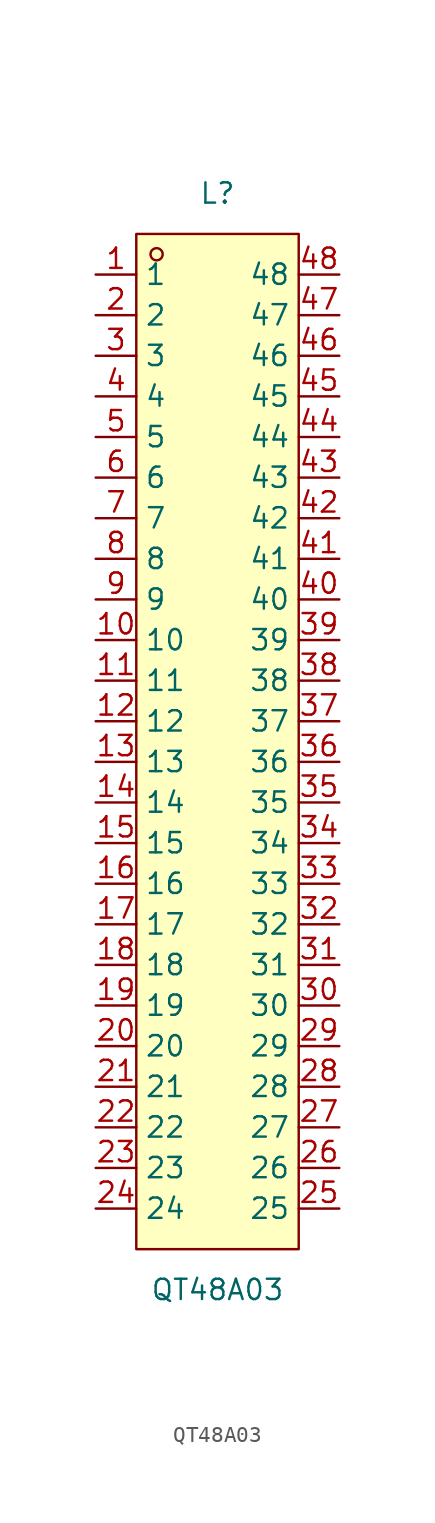
<source format=kicad_sym>
(kicad_symbol_lib
  (version 20231120)
  (generator "kicad_symbol_editor")
  (generator_version "8.0")
  (symbol "QT48A03"
    (property "Reference" "L"
      (at 0 33.02 0)
      (effects (font (size 1.27 1.27))))
    (property "Value" "QT48A03"
      (at 0 -35.56 0)
      (effects (font (size 1.27 1.27))))
    (symbol "QT48A03_0_1"
      (rectangle (start -5.08 30.48) (end 5.08 -33.02) (stroke (width 0) (type default)) (fill (type background)))
      (circle (center -3.81 29.21) (radius 0.38) (stroke (width 0) (type default)) (fill (type none)))
      (pin unspecified line (at -7.62 27.94 0) (length 2.54) (name "1" (effects (font (size 1.27 1.27)))) (number "1" (effects (font (size 1.27 1.27)))))
      (pin unspecified line (at -7.62 5.08 0) (length 2.54) (name "10" (effects (font (size 1.27 1.27)))) (number "10" (effects (font (size 1.27 1.27)))))
      (pin unspecified line (at -7.62 2.54 0) (length 2.54) (name "11" (effects (font (size 1.27 1.27)))) (number "11" (effects (font (size 1.27 1.27)))))
      (pin unspecified line (at -7.62 0 0) (length 2.54) (name "12" (effects (font (size 1.27 1.27)))) (number "12" (effects (font (size 1.27 1.27)))))
      (pin unspecified line (at -7.62 -2.54 0) (length 2.54) (name "13" (effects (font (size 1.27 1.27)))) (number "13" (effects (font (size 1.27 1.27)))))
      (pin unspecified line (at -7.62 -5.08 0) (length 2.54) (name "14" (effects (font (size 1.27 1.27)))) (number "14" (effects (font (size 1.27 1.27)))))
      (pin unspecified line (at -7.62 -7.62 0) (length 2.54) (name "15" (effects (font (size 1.27 1.27)))) (number "15" (effects (font (size 1.27 1.27)))))
      (pin unspecified line (at -7.62 -10.16 0) (length 2.54) (name "16" (effects (font (size 1.27 1.27)))) (number "16" (effects (font (size 1.27 1.27)))))
      (pin unspecified line (at -7.62 -12.7 0) (length 2.54) (name "17" (effects (font (size 1.27 1.27)))) (number "17" (effects (font (size 1.27 1.27)))))
      (pin unspecified line (at -7.62 -15.24 0) (length 2.54) (name "18" (effects (font (size 1.27 1.27)))) (number "18" (effects (font (size 1.27 1.27)))))
      (pin unspecified line (at -7.62 -17.78 0) (length 2.54) (name "19" (effects (font (size 1.27 1.27)))) (number "19" (effects (font (size 1.27 1.27)))))
      (pin unspecified line (at -7.62 25.4 0) (length 2.54) (name "2" (effects (font (size 1.27 1.27)))) (number "2" (effects (font (size 1.27 1.27)))))
      (pin unspecified line (at -7.62 -20.32 0) (length 2.54) (name "20" (effects (font (size 1.27 1.27)))) (number "20" (effects (font (size 1.27 1.27)))))
      (pin unspecified line (at -7.62 -22.86 0) (length 2.54) (name "21" (effects (font (size 1.27 1.27)))) (number "21" (effects (font (size 1.27 1.27)))))
      (pin unspecified line (at -7.62 -25.4 0) (length 2.54) (name "22" (effects (font (size 1.27 1.27)))) (number "22" (effects (font (size 1.27 1.27)))))
      (pin unspecified line (at -7.62 -27.94 0) (length 2.54) (name "23" (effects (font (size 1.27 1.27)))) (number "23" (effects (font (size 1.27 1.27)))))
      (pin unspecified line (at -7.62 -30.48 0) (length 2.54) (name "24" (effects (font (size 1.27 1.27)))) (number "24" (effects (font (size 1.27 1.27)))))
      (pin unspecified line (at 7.62 -30.48 180) (length 2.54) (name "25" (effects (font (size 1.27 1.27)))) (number "25" (effects (font (size 1.27 1.27)))))
      (pin unspecified line (at 7.62 -27.94 180) (length 2.54) (name "26" (effects (font (size 1.27 1.27)))) (number "26" (effects (font (size 1.27 1.27)))))
      (pin unspecified line (at 7.62 -25.4 180) (length 2.54) (name "27" (effects (font (size 1.27 1.27)))) (number "27" (effects (font (size 1.27 1.27)))))
      (pin unspecified line (at 7.62 -22.86 180) (length 2.54) (name "28" (effects (font (size 1.27 1.27)))) (number "28" (effects (font (size 1.27 1.27)))))
      (pin unspecified line (at 7.62 -20.32 180) (length 2.54) (name "29" (effects (font (size 1.27 1.27)))) (number "29" (effects (font (size 1.27 1.27)))))
      (pin unspecified line (at -7.62 22.86 0) (length 2.54) (name "3" (effects (font (size 1.27 1.27)))) (number "3" (effects (font (size 1.27 1.27)))))
      (pin unspecified line (at 7.62 -17.78 180) (length 2.54) (name "30" (effects (font (size 1.27 1.27)))) (number "30" (effects (font (size 1.27 1.27)))))
      (pin unspecified line (at 7.62 -15.24 180) (length 2.54) (name "31" (effects (font (size 1.27 1.27)))) (number "31" (effects (font (size 1.27 1.27)))))
      (pin unspecified line (at 7.62 -12.7 180) (length 2.54) (name "32" (effects (font (size 1.27 1.27)))) (number "32" (effects (font (size 1.27 1.27)))))
      (pin unspecified line (at 7.62 -10.16 180) (length 2.54) (name "33" (effects (font (size 1.27 1.27)))) (number "33" (effects (font (size 1.27 1.27)))))
      (pin unspecified line (at 7.62 -7.62 180) (length 2.54) (name "34" (effects (font (size 1.27 1.27)))) (number "34" (effects (font (size 1.27 1.27)))))
      (pin unspecified line (at 7.62 -5.08 180) (length 2.54) (name "35" (effects (font (size 1.27 1.27)))) (number "35" (effects (font (size 1.27 1.27)))))
      (pin unspecified line (at 7.62 -2.54 180) (length 2.54) (name "36" (effects (font (size 1.27 1.27)))) (number "36" (effects (font (size 1.27 1.27)))))
      (pin unspecified line (at 7.62 0 180) (length 2.54) (name "37" (effects (font (size 1.27 1.27)))) (number "37" (effects (font (size 1.27 1.27)))))
      (pin unspecified line (at 7.62 2.54 180) (length 2.54) (name "38" (effects (font (size 1.27 1.27)))) (number "38" (effects (font (size 1.27 1.27)))))
      (pin unspecified line (at 7.62 5.08 180) (length 2.54) (name "39" (effects (font (size 1.27 1.27)))) (number "39" (effects (font (size 1.27 1.27)))))
      (pin unspecified line (at -7.62 20.32 0) (length 2.54) (name "4" (effects (font (size 1.27 1.27)))) (number "4" (effects (font (size 1.27 1.27)))))
      (pin unspecified line (at 7.62 7.62 180) (length 2.54) (name "40" (effects (font (size 1.27 1.27)))) (number "40" (effects (font (size 1.27 1.27)))))
      (pin unspecified line (at 7.62 10.16 180) (length 2.54) (name "41" (effects (font (size 1.27 1.27)))) (number "41" (effects (font (size 1.27 1.27)))))
      (pin unspecified line (at 7.62 12.7 180) (length 2.54) (name "42" (effects (font (size 1.27 1.27)))) (number "42" (effects (font (size 1.27 1.27)))))
      (pin unspecified line (at 7.62 15.24 180) (length 2.54) (name "43" (effects (font (size 1.27 1.27)))) (number "43" (effects (font (size 1.27 1.27)))))
      (pin unspecified line (at 7.62 17.78 180) (length 2.54) (name "44" (effects (font (size 1.27 1.27)))) (number "44" (effects (font (size 1.27 1.27)))))
      (pin unspecified line (at 7.62 20.32 180) (length 2.54) (name "45" (effects (font (size 1.27 1.27)))) (number "45" (effects (font (size 1.27 1.27)))))
      (pin unspecified line (at 7.62 22.86 180) (length 2.54) (name "46" (effects (font (size 1.27 1.27)))) (number "46" (effects (font (size 1.27 1.27)))))
      (pin unspecified line (at 7.62 25.4 180) (length 2.54) (name "47" (effects (font (size 1.27 1.27)))) (number "47" (effects (font (size 1.27 1.27)))))
      (pin unspecified line (at 7.62 27.94 180) (length 2.54) (name "48" (effects (font (size 1.27 1.27)))) (number "48" (effects (font (size 1.27 1.27)))))
      (pin unspecified line (at -7.62 17.78 0) (length 2.54) (name "5" (effects (font (size 1.27 1.27)))) (number "5" (effects (font (size 1.27 1.27)))))
      (pin unspecified line (at -7.62 15.24 0) (length 2.54) (name "6" (effects (font (size 1.27 1.27)))) (number "6" (effects (font (size 1.27 1.27)))))
      (pin unspecified line (at -7.62 12.7 0) (length 2.54) (name "7" (effects (font (size 1.27 1.27)))) (number "7" (effects (font (size 1.27 1.27)))))
      (pin unspecified line (at -7.62 10.16 0) (length 2.54) (name "8" (effects (font (size 1.27 1.27)))) (number "8" (effects (font (size 1.27 1.27)))))
      (pin unspecified line (at -7.62 7.62 0) (length 2.54) (name "9" (effects (font (size 1.27 1.27)))) (number "9" (effects (font (size 1.27 1.27))))))))
</source>
